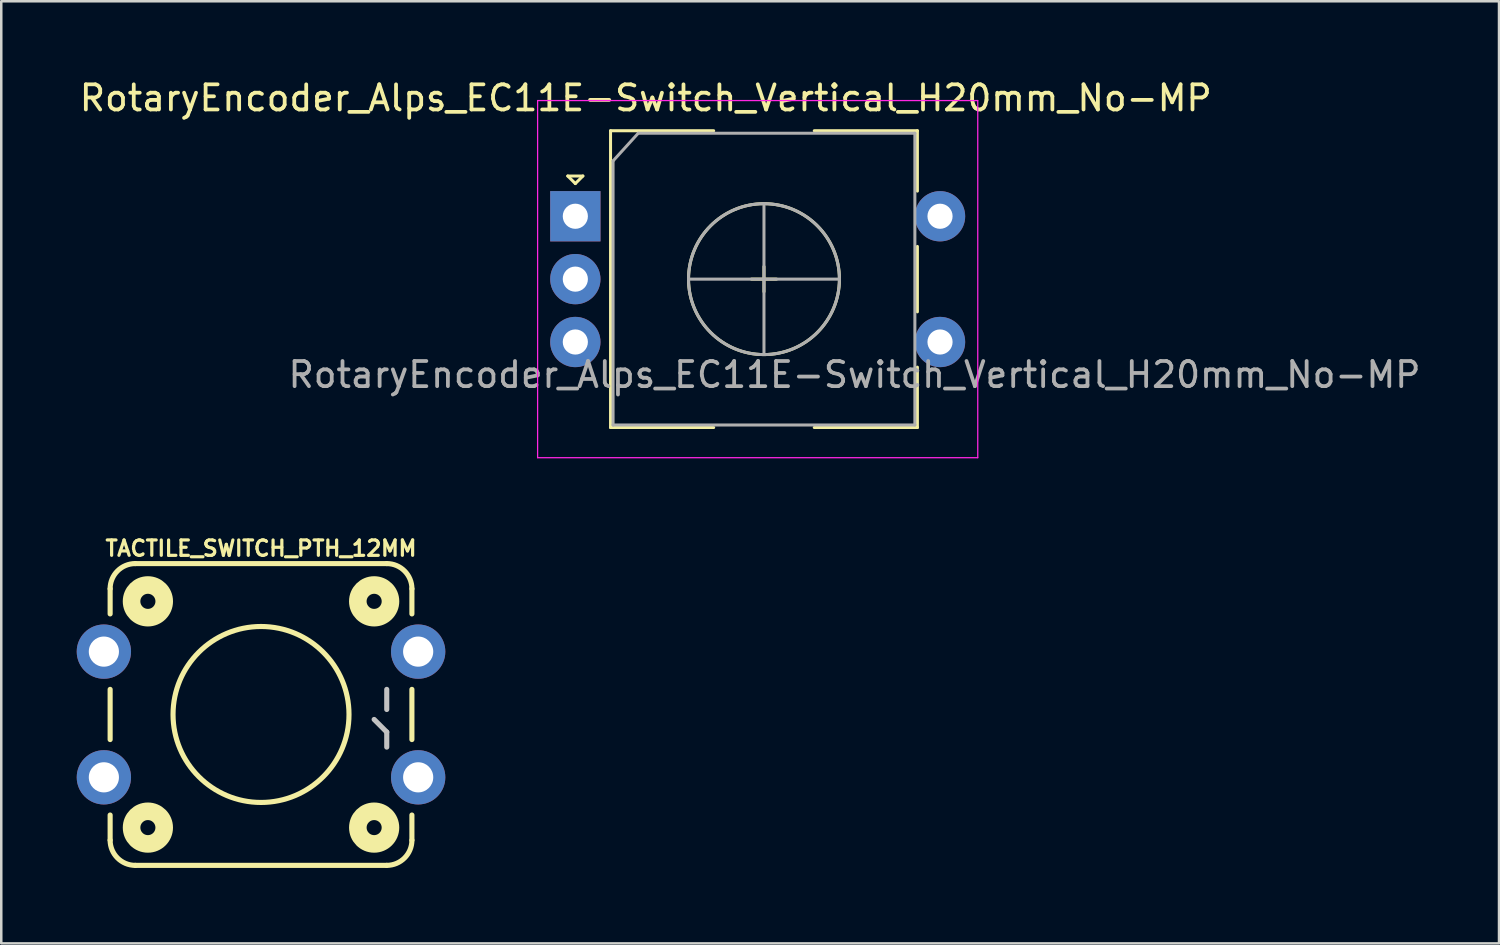
<source format=kicad_pcb>
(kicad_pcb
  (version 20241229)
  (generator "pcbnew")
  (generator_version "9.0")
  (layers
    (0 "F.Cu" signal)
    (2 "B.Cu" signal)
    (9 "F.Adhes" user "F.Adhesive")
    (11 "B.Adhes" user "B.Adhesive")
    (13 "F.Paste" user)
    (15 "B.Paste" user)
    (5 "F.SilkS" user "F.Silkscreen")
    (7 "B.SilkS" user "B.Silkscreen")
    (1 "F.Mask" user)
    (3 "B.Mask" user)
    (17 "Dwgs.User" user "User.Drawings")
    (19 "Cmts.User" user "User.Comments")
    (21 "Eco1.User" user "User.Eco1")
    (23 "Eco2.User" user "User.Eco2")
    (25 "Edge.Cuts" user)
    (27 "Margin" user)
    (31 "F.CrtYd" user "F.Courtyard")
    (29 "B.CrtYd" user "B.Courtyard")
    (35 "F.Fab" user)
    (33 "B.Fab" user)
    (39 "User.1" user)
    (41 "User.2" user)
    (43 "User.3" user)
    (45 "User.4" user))
  (footprint "RotaryEncoder_Alps_EC11E-Switch_Vertical_H20mm_No-MP"
    (layer "F.Cu")
    (at 19.825 5.548)
    (property "Reference" "RotaryEncoder_Alps_EC11E-Switch_Vertical_H20mm_No-MP" (at 2.8 -4.7 0) (layer "F.SilkS") (effects (font (size 1 1) (thickness 0.15))))
    (attr through_hole)
    (fp_line (start -0.3 -1.6) (end 0.3 -1.6) (stroke (width 0.12) (type solid)) (layer "F.SilkS"))
    (fp_line (start 0 -1.3) (end -0.3 -1.6) (stroke (width 0.12) (type solid)) (layer "F.SilkS"))
    (fp_line (start 0.3 -1.6) (end 0 -1.3) (stroke (width 0.12) (type solid)) (layer "F.SilkS"))
    (fp_line (start 1.4 -3.4) (end 1.4 8.4) (stroke (width 0.12) (type solid)) (layer "F.SilkS"))
    (fp_line (start 5.5 -3.4) (end 1.4 -3.4) (stroke (width 0.12) (type solid)) (layer "F.SilkS"))
    (fp_line (start 5.5 8.4) (end 1.4 8.4) (stroke (width 0.12) (type solid)) (layer "F.SilkS"))
    (fp_line (start 7 2.5) (end 8 2.5) (stroke (width 0.12) (type solid)) (layer "F.SilkS"))
    (fp_line (start 7.5 2) (end 7.5 3) (stroke (width 0.12) (type solid)) (layer "F.SilkS"))
    (fp_line (start 9.5 -3.4) (end 13.6 -3.4) (stroke (width 0.12) (type solid)) (layer "F.SilkS"))
    (fp_line (start 13.6 -3.4) (end 13.6 -1) (stroke (width 0.12) (type solid)) (layer "F.SilkS"))
    (fp_line (start 13.6 1.2) (end 13.6 3.8) (stroke (width 0.12) (type solid)) (layer "F.SilkS"))
    (fp_line (start 13.6 6) (end 13.6 8.4) (stroke (width 0.12) (type solid)) (layer "F.SilkS"))
    (fp_line (start 13.6 8.4) (end 9.5 8.4) (stroke (width 0.12) (type solid)) (layer "F.SilkS"))
    (fp_circle (center 7.5 2.5) (end 10.5 2.5) (stroke (width 0.12) (type solid)) (fill no) (layer "F.SilkS"))
    (fp_line (start -1.5 -4.6) (end -1.5 9.6) (stroke (width 0.05) (type solid)) (layer "F.CrtYd"))
    (fp_line (start -1.5 -4.6) (end 16 -4.6) (stroke (width 0.05) (type solid)) (layer "F.CrtYd"))
    (fp_line (start 16 9.6) (end -1.5 9.6) (stroke (width 0.05) (type solid)) (layer "F.CrtYd"))
    (fp_line (start 16 9.6) (end 16 -4.6) (stroke (width 0.05) (type solid)) (layer "F.CrtYd"))
    (fp_line (start 1.5 -2.2) (end 2.5 -3.3) (stroke (width 0.12) (type solid)) (layer "F.Fab"))
    (fp_line (start 1.5 8.3) (end 1.5 -2.2) (stroke (width 0.12) (type solid)) (layer "F.Fab"))
    (fp_line (start 2.5 -3.3) (end 13.5 -3.3) (stroke (width 0.12) (type solid)) (layer "F.Fab"))
    (fp_line (start 4.5 2.5) (end 10.5 2.5) (stroke (width 0.12) (type solid)) (layer "F.Fab"))
    (fp_line (start 7.5 -0.5) (end 7.5 5.5) (stroke (width 0.12) (type solid)) (layer "F.Fab"))
    (fp_line (start 13.5 -3.3) (end 13.5 8.3) (stroke (width 0.12) (type solid)) (layer "F.Fab"))
    (fp_line (start 13.5 8.3) (end 1.5 8.3) (stroke (width 0.12) (type solid)) (layer "F.Fab"))
    (fp_circle (center 7.5 2.5) (end 10.5 2.5) (stroke (width 0.12) (type solid)) (fill no) (layer "F.Fab"))
    (fp_text user "${REFERENCE}" (at 11.1 6.3 0) (layer "F.Fab") (effects (font (size 1 1) (thickness 0.15))))
    (pad "A" thru_hole rect (at 0 0) (size 2 2) (drill 1) (layers "*.Cu" "*.Mask"))
    (pad "B" thru_hole circle (at 0 5) (size 2 2) (drill 1) (layers "*.Cu" "*.Mask"))
    (pad "C" thru_hole circle (at 0 2.5) (size 2 2) (drill 1) (layers "*.Cu" "*.Mask"))
    (pad "S1" thru_hole circle (at 14.5 5) (size 2 2) (drill 1) (layers "*.Cu" "*.Mask"))
    (pad "S2" thru_hole circle (at 14.5 0) (size 2 2) (drill 1) (layers "*.Cu" "*.Mask")))
  (footprint "TACTILE_SWITCH_PTH_12MM"
    (layer "F.Cu")
    (at 7.328 25.357)
    (property "Reference" "TACTILE_SWITCH_PTH_12MM" (at 0 -6.604 0) (layer "F.SilkS") (effects (font (size 0.61 0.61) (thickness 0.127))))
    (attr exclude_from_pos_files exclude_from_bom)
    (fp_line (start -5.999 -3.998) (end -5.999 -4.999) (stroke (width 0.203) (type solid)) (layer "F.SilkS"))
    (fp_line (start -5.999 0.998) (end -5.999 -0.998) (stroke (width 0.203) (type solid)) (layer "F.SilkS"))
    (fp_line (start -5.999 4.999) (end -5.999 3.998) (stroke (width 0.203) (type solid)) (layer "F.SilkS"))
    (fp_line (start -4.999 -5.999) (end 4.999 -5.999) (stroke (width 0.203) (type solid)) (layer "F.SilkS"))
    (fp_line (start 4.999 5.999) (end -4.999 5.999) (stroke (width 0.203) (type solid)) (layer "F.SilkS"))
    (fp_line (start 5.999 -4.999) (end 5.999 -3.998) (stroke (width 0.203) (type solid)) (layer "F.SilkS"))
    (fp_line (start 5.999 -0.998) (end 5.999 0.998) (stroke (width 0.203) (type solid)) (layer "F.SilkS"))
    (fp_line (start 5.999 3.998) (end 5.999 4.999) (stroke (width 0.203) (type solid)) (layer "F.SilkS"))
    (fp_arc (start -5.99948 -4.99872) (mid -5.706364 -5.706364) (end -4.99872 -5.99948) (stroke (width 0.2032) (type solid)) (layer "F.SilkS"))
    (fp_arc (start -4.99872 5.99948) (mid -5.706364 5.706364) (end -5.99948 4.99872) (stroke (width 0.2032) (type solid)) (layer "F.SilkS"))
    (fp_arc (start 4.99872 -5.99948) (mid 5.706364 -5.706364) (end 5.99948 -4.99872) (stroke (width 0.2032) (type solid)) (layer "F.SilkS"))
    (fp_arc (start 5.99948 4.99872) (mid 5.706364 5.706364) (end 4.99872 5.99948) (stroke (width 0.2032) (type solid)) (layer "F.SilkS"))
    (fp_circle (center -4.498 -4.498) (end -4.498 -4.798) (stroke (width 0.699) (type solid)) (fill no) (layer "F.SilkS"))
    (fp_circle (center -4.498 4.498) (end -4.498 4.199) (stroke (width 0.699) (type solid)) (fill no) (layer "F.SilkS"))
    (fp_circle (center 0 0) (end 0 -3.498) (stroke (width 0.203) (type solid)) (fill no) (layer "F.SilkS"))
    (fp_circle (center 4.498 -4.498) (end 4.498 -4.798) (stroke (width 0.699) (type solid)) (fill no) (layer "F.SilkS"))
    (fp_circle (center 4.498 4.498) (end 4.498 4.199) (stroke (width 0.699) (type solid)) (fill no) (layer "F.SilkS"))
    (fp_line (start 4.999 -0.198) (end 4.999 -0.998) (stroke (width 0.203) (type solid)) (layer "Dwgs.User"))
    (fp_line (start 4.999 0.699) (end 4.498 0.198) (stroke (width 0.203) (type solid)) (layer "Dwgs.User"))
    (fp_line (start 4.999 1.298) (end 4.999 0.699) (stroke (width 0.203) (type solid)) (layer "Dwgs.User"))
    (pad "1" thru_hole circle (at 6.248 2.499) (size 2.159 2.159) (drill 1.199) (layers "*.Cu" "*.Mask"))
    (pad "2" thru_hole circle (at -6.248 2.499) (size 2.159 2.159) (drill 1.199) (layers "*.Cu" "*.Mask"))
    (pad "3" thru_hole circle (at 6.248 -2.499) (size 2.159 2.159) (drill 1.199) (layers "*.Cu" "*.Mask"))
    (pad "4" thru_hole circle (at -6.248 -2.499) (size 2.159 2.159) (drill 1.199) (layers "*.Cu" "*.Mask")))
  (gr_rect
    (start -3 -3)
    (end 56.55 34.458)
    (stroke (width 0.1) (type default))
    (fill no)
    (layer "Edge.Cuts")))
</source>
